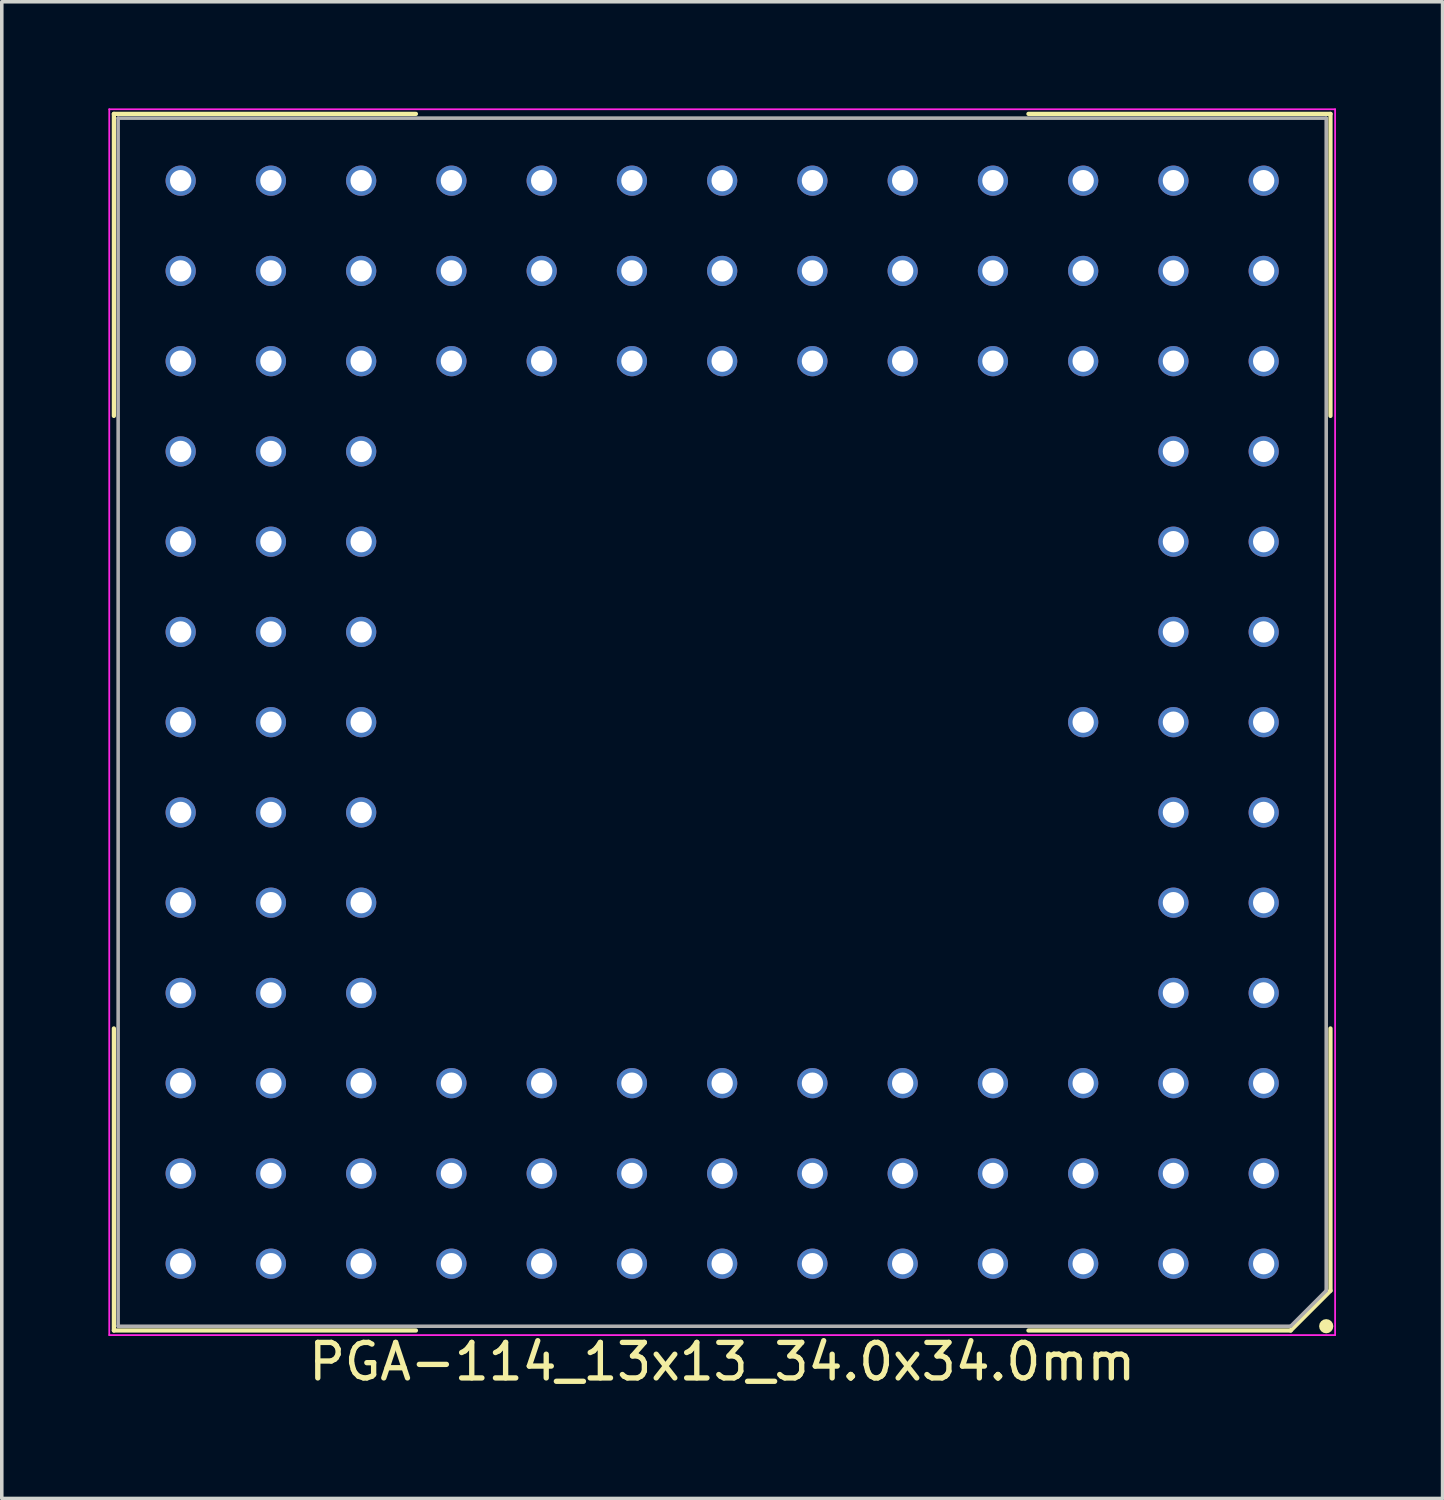
<source format=kicad_pcb>
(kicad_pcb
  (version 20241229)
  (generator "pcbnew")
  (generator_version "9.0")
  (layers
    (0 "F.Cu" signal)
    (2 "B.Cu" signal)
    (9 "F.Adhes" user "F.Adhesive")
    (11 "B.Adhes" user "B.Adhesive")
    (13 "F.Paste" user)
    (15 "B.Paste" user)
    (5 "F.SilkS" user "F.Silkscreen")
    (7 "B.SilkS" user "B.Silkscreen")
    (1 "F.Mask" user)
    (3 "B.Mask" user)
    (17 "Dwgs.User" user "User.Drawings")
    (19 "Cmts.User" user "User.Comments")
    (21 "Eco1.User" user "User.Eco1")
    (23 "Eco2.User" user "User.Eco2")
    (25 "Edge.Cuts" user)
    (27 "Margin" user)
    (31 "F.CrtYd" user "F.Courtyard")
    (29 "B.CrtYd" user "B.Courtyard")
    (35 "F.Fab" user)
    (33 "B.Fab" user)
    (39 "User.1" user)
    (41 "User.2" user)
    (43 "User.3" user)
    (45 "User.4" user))
  (footprint "PGA-114_13x13_34.0x34.0mm"
    (layer "F.Cu")
    (at 17.275 17.275)
    (property "Reference" "PGA-114_13x13_34.0x34.0mm" (at 0 18 180) (layer "F.SilkS") (effects (font (size 1 1) (thickness 0.15))))
    (attr through_hole)
    (fp_line (start -17.12 -8.62) (end -17.12 -17.12) (stroke (width 0.12) (type default)) (layer "F.SilkS"))
    (fp_line (start -17.12 8.62) (end -17.12 17.12) (stroke (width 0.12) (type default)) (layer "F.SilkS"))
    (fp_line (start -17.12 -17.12) (end -8.62 -17.12) (stroke (width 0.12) (type default)) (layer "F.SilkS"))
    (fp_line (start -17.12 17.12) (end -8.62 17.12) (stroke (width 0.12) (type default)) (layer "F.SilkS"))
    (fp_line (start 8.62 -17.12) (end 17.12 -17.12) (stroke (width 0.12) (type default)) (layer "F.SilkS"))
    (fp_line (start 8.62 17.12) (end 16 17.12) (stroke (width 0.12) (type default)) (layer "F.SilkS"))
    (fp_line (start 16 17.12) (end 17.12 16) (stroke (width 0.12) (type default)) (layer "F.SilkS"))
    (fp_line (start 17.12 -17.12) (end 17.12 -8.62) (stroke (width 0.12) (type default)) (layer "F.SilkS"))
    (fp_line (start 17.12 16) (end 17.12 8.62) (stroke (width 0.12) (type default)) (layer "F.SilkS"))
    (fp_circle (center 17 17) (end 17 16.9) (stroke (width 0.2) (type default)) (fill no) (layer "F.SilkS"))
    (fp_line (start -17.25 -17.25) (end 17.25 -17.25) (stroke (width 0.05) (type default)) (layer "F.CrtYd"))
    (fp_line (start -17.25 17.25) (end -17.25 -17.25) (stroke (width 0.05) (type default)) (layer "F.CrtYd"))
    (fp_line (start -17.25 17.25) (end 17.25 17.25) (stroke (width 0.05) (type default)) (layer "F.CrtYd"))
    (fp_line (start 17.25 17.25) (end 17.25 -17.25) (stroke (width 0.05) (type default)) (layer "F.CrtYd"))
    (fp_line (start -17 -17) (end 17 -17) (stroke (width 0.1) (type default)) (layer "F.Fab"))
    (fp_line (start -17 17) (end -17 -17) (stroke (width 0.1) (type default)) (layer "F.Fab"))
    (fp_line (start -17 17) (end 16 17) (stroke (width 0.1) (type default)) (layer "F.Fab"))
    (fp_line (start 16 17) (end 17 16) (stroke (width 0.1) (type default)) (layer "F.Fab"))
    (fp_line (start 17 16) (end 17 -17) (stroke (width 0.1) (type default)) (layer "F.Fab"))
    (pad "A1" thru_hole circle (at 15.24 15.24 180) (size 0.85 0.85) (drill 0.6) (layers "*.Cu" "*.Mask"))
    (pad "A2" thru_hole circle (at 12.7 15.24 180) (size 0.85 0.85) (drill 0.6) (layers "*.Cu" "*.Mask"))
    (pad "A3" thru_hole circle (at 10.16 15.24 180) (size 0.85 0.85) (drill 0.6) (layers "*.Cu" "*.Mask"))
    (pad "A4" thru_hole circle (at 7.62 15.24 180) (size 0.85 0.85) (drill 0.6) (layers "*.Cu" "*.Mask"))
    (pad "A5" thru_hole circle (at 5.08 15.24 180) (size 0.85 0.85) (drill 0.6) (layers "*.Cu" "*.Mask"))
    (pad "A6" thru_hole circle (at 2.54 15.24 180) (size 0.85 0.85) (drill 0.6) (layers "*.Cu" "*.Mask"))
    (pad "A7" thru_hole circle (at 0 15.24 180) (size 0.85 0.85) (drill 0.6) (layers "*.Cu" "*.Mask"))
    (pad "A8" thru_hole circle (at -2.54 15.24 180) (size 0.85 0.85) (drill 0.6) (layers "*.Cu" "*.Mask"))
    (pad "A9" thru_hole circle (at -5.08 15.24 180) (size 0.85 0.85) (drill 0.6) (layers "*.Cu" "*.Mask"))
    (pad "A10" thru_hole circle (at -7.62 15.24 180) (size 0.85 0.85) (drill 0.6) (layers "*.Cu" "*.Mask"))
    (pad "A11" thru_hole circle (at -10.16 15.24 180) (size 0.85 0.85) (drill 0.6) (layers "*.Cu" "*.Mask"))
    (pad "A12" thru_hole circle (at -12.7 15.24 180) (size 0.85 0.85) (drill 0.6) (layers "*.Cu" "*.Mask"))
    (pad "A13" thru_hole circle (at -15.24 15.24 180) (size 0.85 0.85) (drill 0.6) (layers "*.Cu" "*.Mask"))
    (pad "B1" thru_hole circle (at 15.24 12.7 180) (size 0.85 0.85) (drill 0.6) (layers "*.Cu" "*.Mask"))
    (pad "B2" thru_hole circle (at 12.7 12.7 180) (size 0.85 0.85) (drill 0.6) (layers "*.Cu" "*.Mask"))
    (pad "B3" thru_hole circle (at 10.16 12.7 180) (size 0.85 0.85) (drill 0.6) (layers "*.Cu" "*.Mask"))
    (pad "B4" thru_hole circle (at 7.62 12.7 180) (size 0.85 0.85) (drill 0.6) (layers "*.Cu" "*.Mask"))
    (pad "B5" thru_hole circle (at 5.08 12.7 180) (size 0.85 0.85) (drill 0.6) (layers "*.Cu" "*.Mask"))
    (pad "B6" thru_hole circle (at 2.54 12.7 180) (size 0.85 0.85) (drill 0.6) (layers "*.Cu" "*.Mask"))
    (pad "B7" thru_hole circle (at 0 12.7 180) (size 0.85 0.85) (drill 0.6) (layers "*.Cu" "*.Mask"))
    (pad "B8" thru_hole circle (at -2.54 12.7 180) (size 0.85 0.85) (drill 0.6) (layers "*.Cu" "*.Mask"))
    (pad "B9" thru_hole circle (at -5.08 12.7 180) (size 0.85 0.85) (drill 0.6) (layers "*.Cu" "*.Mask"))
    (pad "B10" thru_hole circle (at -7.62 12.7 180) (size 0.85 0.85) (drill 0.6) (layers "*.Cu" "*.Mask"))
    (pad "B11" thru_hole circle (at -10.16 12.7 180) (size 0.85 0.85) (drill 0.6) (layers "*.Cu" "*.Mask"))
    (pad "B12" thru_hole circle (at -12.7 12.7 180) (size 0.85 0.85) (drill 0.6) (layers "*.Cu" "*.Mask"))
    (pad "B13" thru_hole circle (at -15.24 12.7 180) (size 0.85 0.85) (drill 0.6) (layers "*.Cu" "*.Mask"))
    (pad "C1" thru_hole circle (at 15.24 10.16 180) (size 0.85 0.85) (drill 0.6) (layers "*.Cu" "*.Mask"))
    (pad "C2" thru_hole circle (at 12.7 10.16 180) (size 0.85 0.85) (drill 0.6) (layers "*.Cu" "*.Mask"))
    (pad "C3" thru_hole circle (at 10.16 10.16 180) (size 0.85 0.85) (drill 0.6) (layers "*.Cu" "*.Mask"))
    (pad "C4" thru_hole circle (at 7.62 10.16 180) (size 0.85 0.85) (drill 0.6) (layers "*.Cu" "*.Mask"))
    (pad "C5" thru_hole circle (at 5.08 10.16 180) (size 0.85 0.85) (drill 0.6) (layers "*.Cu" "*.Mask"))
    (pad "C6" thru_hole circle (at 2.54 10.16 180) (size 0.85 0.85) (drill 0.6) (layers "*.Cu" "*.Mask"))
    (pad "C7" thru_hole circle (at 0 10.16 180) (size 0.85 0.85) (drill 0.6) (layers "*.Cu" "*.Mask"))
    (pad "C8" thru_hole circle (at -2.54 10.16 180) (size 0.85 0.85) (drill 0.6) (layers "*.Cu" "*.Mask"))
    (pad "C9" thru_hole circle (at -5.08 10.16 180) (size 0.85 0.85) (drill 0.6) (layers "*.Cu" "*.Mask"))
    (pad "C10" thru_hole circle (at -7.62 10.16 180) (size 0.85 0.85) (drill 0.6) (layers "*.Cu" "*.Mask"))
    (pad "C11" thru_hole circle (at -10.16 10.16 180) (size 0.85 0.85) (drill 0.6) (layers "*.Cu" "*.Mask"))
    (pad "C12" thru_hole circle (at -12.7 10.16 180) (size 0.85 0.85) (drill 0.6) (layers "*.Cu" "*.Mask"))
    (pad "C13" thru_hole circle (at -15.24 10.16 180) (size 0.85 0.85) (drill 0.6) (layers "*.Cu" "*.Mask"))
    (pad "D1" thru_hole circle (at 15.24 7.62 180) (size 0.85 0.85) (drill 0.6) (layers "*.Cu" "*.Mask"))
    (pad "D2" thru_hole circle (at 12.7 7.62 180) (size 0.85 0.85) (drill 0.6) (layers "*.Cu" "*.Mask"))
    (pad "D11" thru_hole circle (at -10.16 7.62 180) (size 0.85 0.85) (drill 0.6) (layers "*.Cu" "*.Mask"))
    (pad "D12" thru_hole circle (at -12.7 7.62 180) (size 0.85 0.85) (drill 0.6) (layers "*.Cu" "*.Mask"))
    (pad "D13" thru_hole circle (at -15.24 7.62 180) (size 0.85 0.85) (drill 0.6) (layers "*.Cu" "*.Mask"))
    (pad "E1" thru_hole circle (at 15.24 5.08 180) (size 0.85 0.85) (drill 0.6) (layers "*.Cu" "*.Mask"))
    (pad "E2" thru_hole circle (at 12.7 5.08 180) (size 0.85 0.85) (drill 0.6) (layers "*.Cu" "*.Mask"))
    (pad "E11" thru_hole circle (at -10.16 5.08 180) (size 0.85 0.85) (drill 0.6) (layers "*.Cu" "*.Mask"))
    (pad "E12" thru_hole circle (at -12.7 5.08 180) (size 0.85 0.85) (drill 0.6) (layers "*.Cu" "*.Mask"))
    (pad "E13" thru_hole circle (at -15.24 5.08 180) (size 0.85 0.85) (drill 0.6) (layers "*.Cu" "*.Mask"))
    (pad "F1" thru_hole circle (at 15.24 2.54 180) (size 0.85 0.85) (drill 0.6) (layers "*.Cu" "*.Mask"))
    (pad "F2" thru_hole circle (at 12.7 2.54 180) (size 0.85 0.85) (drill 0.6) (layers "*.Cu" "*.Mask"))
    (pad "F11" thru_hole circle (at -10.16 2.54 180) (size 0.85 0.85) (drill 0.6) (layers "*.Cu" "*.Mask"))
    (pad "F12" thru_hole circle (at -12.7 2.54 180) (size 0.85 0.85) (drill 0.6) (layers "*.Cu" "*.Mask"))
    (pad "F13" thru_hole circle (at -15.24 2.54 180) (size 0.85 0.85) (drill 0.6) (layers "*.Cu" "*.Mask"))
    (pad "G1" thru_hole circle (at 15.24 0 180) (size 0.85 0.85) (drill 0.6) (layers "*.Cu" "*.Mask"))
    (pad "G2" thru_hole circle (at 12.7 0 180) (size 0.85 0.85) (drill 0.6) (layers "*.Cu" "*.Mask"))
    (pad "G3" thru_hole circle (at 10.16 0 180) (size 0.85 0.85) (drill 0.6) (layers "*.Cu" "*.Mask"))
    (pad "G11" thru_hole circle (at -10.16 0 180) (size 0.85 0.85) (drill 0.6) (layers "*.Cu" "*.Mask"))
    (pad "G12" thru_hole circle (at -12.7 0 180) (size 0.85 0.85) (drill 0.6) (layers "*.Cu" "*.Mask"))
    (pad "G13" thru_hole circle (at -15.24 0 180) (size 0.85 0.85) (drill 0.6) (layers "*.Cu" "*.Mask"))
    (pad "H1" thru_hole circle (at 15.24 -2.54 180) (size 0.85 0.85) (drill 0.6) (layers "*.Cu" "*.Mask"))
    (pad "H2" thru_hole circle (at 12.7 -2.54 180) (size 0.85 0.85) (drill 0.6) (layers "*.Cu" "*.Mask"))
    (pad "H11" thru_hole circle (at -10.16 -2.54 180) (size 0.85 0.85) (drill 0.6) (layers "*.Cu" "*.Mask"))
    (pad "H12" thru_hole circle (at -12.7 -2.54 180) (size 0.85 0.85) (drill 0.6) (layers "*.Cu" "*.Mask"))
    (pad "H13" thru_hole circle (at -15.24 -2.54 180) (size 0.85 0.85) (drill 0.6) (layers "*.Cu" "*.Mask"))
    (pad "J1" thru_hole circle (at 15.24 -5.08 180) (size 0.85 0.85) (drill 0.6) (layers "*.Cu" "*.Mask"))
    (pad "J2" thru_hole circle (at 12.7 -5.08 180) (size 0.85 0.85) (drill 0.6) (layers "*.Cu" "*.Mask"))
    (pad "J11" thru_hole circle (at -10.16 -5.08 180) (size 0.85 0.85) (drill 0.6) (layers "*.Cu" "*.Mask"))
    (pad "J12" thru_hole circle (at -12.7 -5.08 180) (size 0.85 0.85) (drill 0.6) (layers "*.Cu" "*.Mask"))
    (pad "J13" thru_hole circle (at -15.24 -5.08 180) (size 0.85 0.85) (drill 0.6) (layers "*.Cu" "*.Mask"))
    (pad "K1" thru_hole circle (at 15.24 -7.62 180) (size 0.85 0.85) (drill 0.6) (layers "*.Cu" "*.Mask"))
    (pad "K2" thru_hole circle (at 12.7 -7.62 180) (size 0.85 0.85) (drill 0.6) (layers "*.Cu" "*.Mask"))
    (pad "K11" thru_hole circle (at -10.16 -7.62 180) (size 0.85 0.85) (drill 0.6) (layers "*.Cu" "*.Mask"))
    (pad "K12" thru_hole circle (at -12.7 -7.62 180) (size 0.85 0.85) (drill 0.6) (layers "*.Cu" "*.Mask"))
    (pad "K13" thru_hole circle (at -15.24 -7.62 180) (size 0.85 0.85) (drill 0.6) (layers "*.Cu" "*.Mask"))
    (pad "L1" thru_hole circle (at 15.24 -10.16 180) (size 0.85 0.85) (drill 0.6) (layers "*.Cu" "*.Mask"))
    (pad "L2" thru_hole circle (at 12.7 -10.16 180) (size 0.85 0.85) (drill 0.6) (layers "*.Cu" "*.Mask"))
    (pad "L3" thru_hole circle (at 10.16 -10.16 180) (size 0.85 0.85) (drill 0.6) (layers "*.Cu" "*.Mask"))
    (pad "L4" thru_hole circle (at 7.62 -10.16 180) (size 0.85 0.85) (drill 0.6) (layers "*.Cu" "*.Mask"))
    (pad "L5" thru_hole circle (at 5.08 -10.16 180) (size 0.85 0.85) (drill 0.6) (layers "*.Cu" "*.Mask"))
    (pad "L6" thru_hole circle (at 2.54 -10.16 180) (size 0.85 0.85) (drill 0.6) (layers "*.Cu" "*.Mask"))
    (pad "L7" thru_hole circle (at 0 -10.16 180) (size 0.85 0.85) (drill 0.6) (layers "*.Cu" "*.Mask"))
    (pad "L8" thru_hole circle (at -2.54 -10.16 180) (size 0.85 0.85) (drill 0.6) (layers "*.Cu" "*.Mask"))
    (pad "L9" thru_hole circle (at -5.08 -10.16 180) (size 0.85 0.85) (drill 0.6) (layers "*.Cu" "*.Mask"))
    (pad "L10" thru_hole circle (at -7.62 -10.16 180) (size 0.85 0.85) (drill 0.6) (layers "*.Cu" "*.Mask"))
    (pad "L11" thru_hole circle (at -10.16 -10.16 180) (size 0.85 0.85) (drill 0.6) (layers "*.Cu" "*.Mask"))
    (pad "L12" thru_hole circle (at -12.7 -10.16 180) (size 0.85 0.85) (drill 0.6) (layers "*.Cu" "*.Mask"))
    (pad "L13" thru_hole circle (at -15.24 -10.16 180) (size 0.85 0.85) (drill 0.6) (layers "*.Cu" "*.Mask"))
    (pad "M1" thru_hole circle (at 15.24 -12.7 180) (size 0.85 0.85) (drill 0.6) (layers "*.Cu" "*.Mask"))
    (pad "M2" thru_hole circle (at 12.7 -12.7 180) (size 0.85 0.85) (drill 0.6) (layers "*.Cu" "*.Mask"))
    (pad "M3" thru_hole circle (at 10.16 -12.7 180) (size 0.85 0.85) (drill 0.6) (layers "*.Cu" "*.Mask"))
    (pad "M4" thru_hole circle (at 7.62 -12.7 180) (size 0.85 0.85) (drill 0.6) (layers "*.Cu" "*.Mask"))
    (pad "M5" thru_hole circle (at 5.08 -12.7 180) (size 0.85 0.85) (drill 0.6) (layers "*.Cu" "*.Mask"))
    (pad "M6" thru_hole circle (at 2.54 -12.7 180) (size 0.85 0.85) (drill 0.6) (layers "*.Cu" "*.Mask"))
    (pad "M7" thru_hole circle (at 0 -12.7 180) (size 0.85 0.85) (drill 0.6) (layers "*.Cu" "*.Mask"))
    (pad "M8" thru_hole circle (at -2.54 -12.7 180) (size 0.85 0.85) (drill 0.6) (layers "*.Cu" "*.Mask"))
    (pad "M9" thru_hole circle (at -5.08 -12.7 180) (size 0.85 0.85) (drill 0.6) (layers "*.Cu" "*.Mask"))
    (pad "M10" thru_hole circle (at -7.62 -12.7 180) (size 0.85 0.85) (drill 0.6) (layers "*.Cu" "*.Mask"))
    (pad "M11" thru_hole circle (at -10.16 -12.7 180) (size 0.85 0.85) (drill 0.6) (layers "*.Cu" "*.Mask"))
    (pad "M12" thru_hole circle (at -12.7 -12.7 180) (size 0.85 0.85) (drill 0.6) (layers "*.Cu" "*.Mask"))
    (pad "M13" thru_hole circle (at -15.24 -12.7 180) (size 0.85 0.85) (drill 0.6) (layers "*.Cu" "*.Mask"))
    (pad "N1" thru_hole circle (at 15.24 -15.24 180) (size 0.85 0.85) (drill 0.6) (layers "*.Cu" "*.Mask"))
    (pad "N2" thru_hole circle (at 12.7 -15.24 180) (size 0.85 0.85) (drill 0.6) (layers "*.Cu" "*.Mask"))
    (pad "N3" thru_hole circle (at 10.16 -15.24 180) (size 0.85 0.85) (drill 0.6) (layers "*.Cu" "*.Mask"))
    (pad "N4" thru_hole circle (at 7.62 -15.24 180) (size 0.85 0.85) (drill 0.6) (layers "*.Cu" "*.Mask"))
    (pad "N5" thru_hole circle (at 5.08 -15.24 180) (size 0.85 0.85) (drill 0.6) (layers "*.Cu" "*.Mask"))
    (pad "N6" thru_hole circle (at 2.54 -15.24 180) (size 0.85 0.85) (drill 0.6) (layers "*.Cu" "*.Mask"))
    (pad "N7" thru_hole circle (at 0 -15.24 180) (size 0.85 0.85) (drill 0.6) (layers "*.Cu" "*.Mask"))
    (pad "N8" thru_hole circle (at -2.54 -15.24 180) (size 0.85 0.85) (drill 0.6) (layers "*.Cu" "*.Mask"))
    (pad "N9" thru_hole circle (at -5.08 -15.24 180) (size 0.85 0.85) (drill 0.6) (layers "*.Cu" "*.Mask"))
    (pad "N10" thru_hole circle (at -7.62 -15.24 180) (size 0.85 0.85) (drill 0.6) (layers "*.Cu" "*.Mask"))
    (pad "N11" thru_hole circle (at -10.16 -15.24 180) (size 0.85 0.85) (drill 0.6) (layers "*.Cu" "*.Mask"))
    (pad "N12" thru_hole circle (at -12.7 -15.24 180) (size 0.85 0.85) (drill 0.6) (layers "*.Cu" "*.Mask"))
    (pad "N13" thru_hole circle (at -15.24 -15.24 180) (size 0.85 0.85) (drill 0.6) (layers "*.Cu" "*.Mask")))
  (gr_rect
    (start -3 -3)
    (end 37.55 39.123)
    (stroke (width 0.1) (type default))
    (fill no)
    (layer "Edge.Cuts")))
</source>
